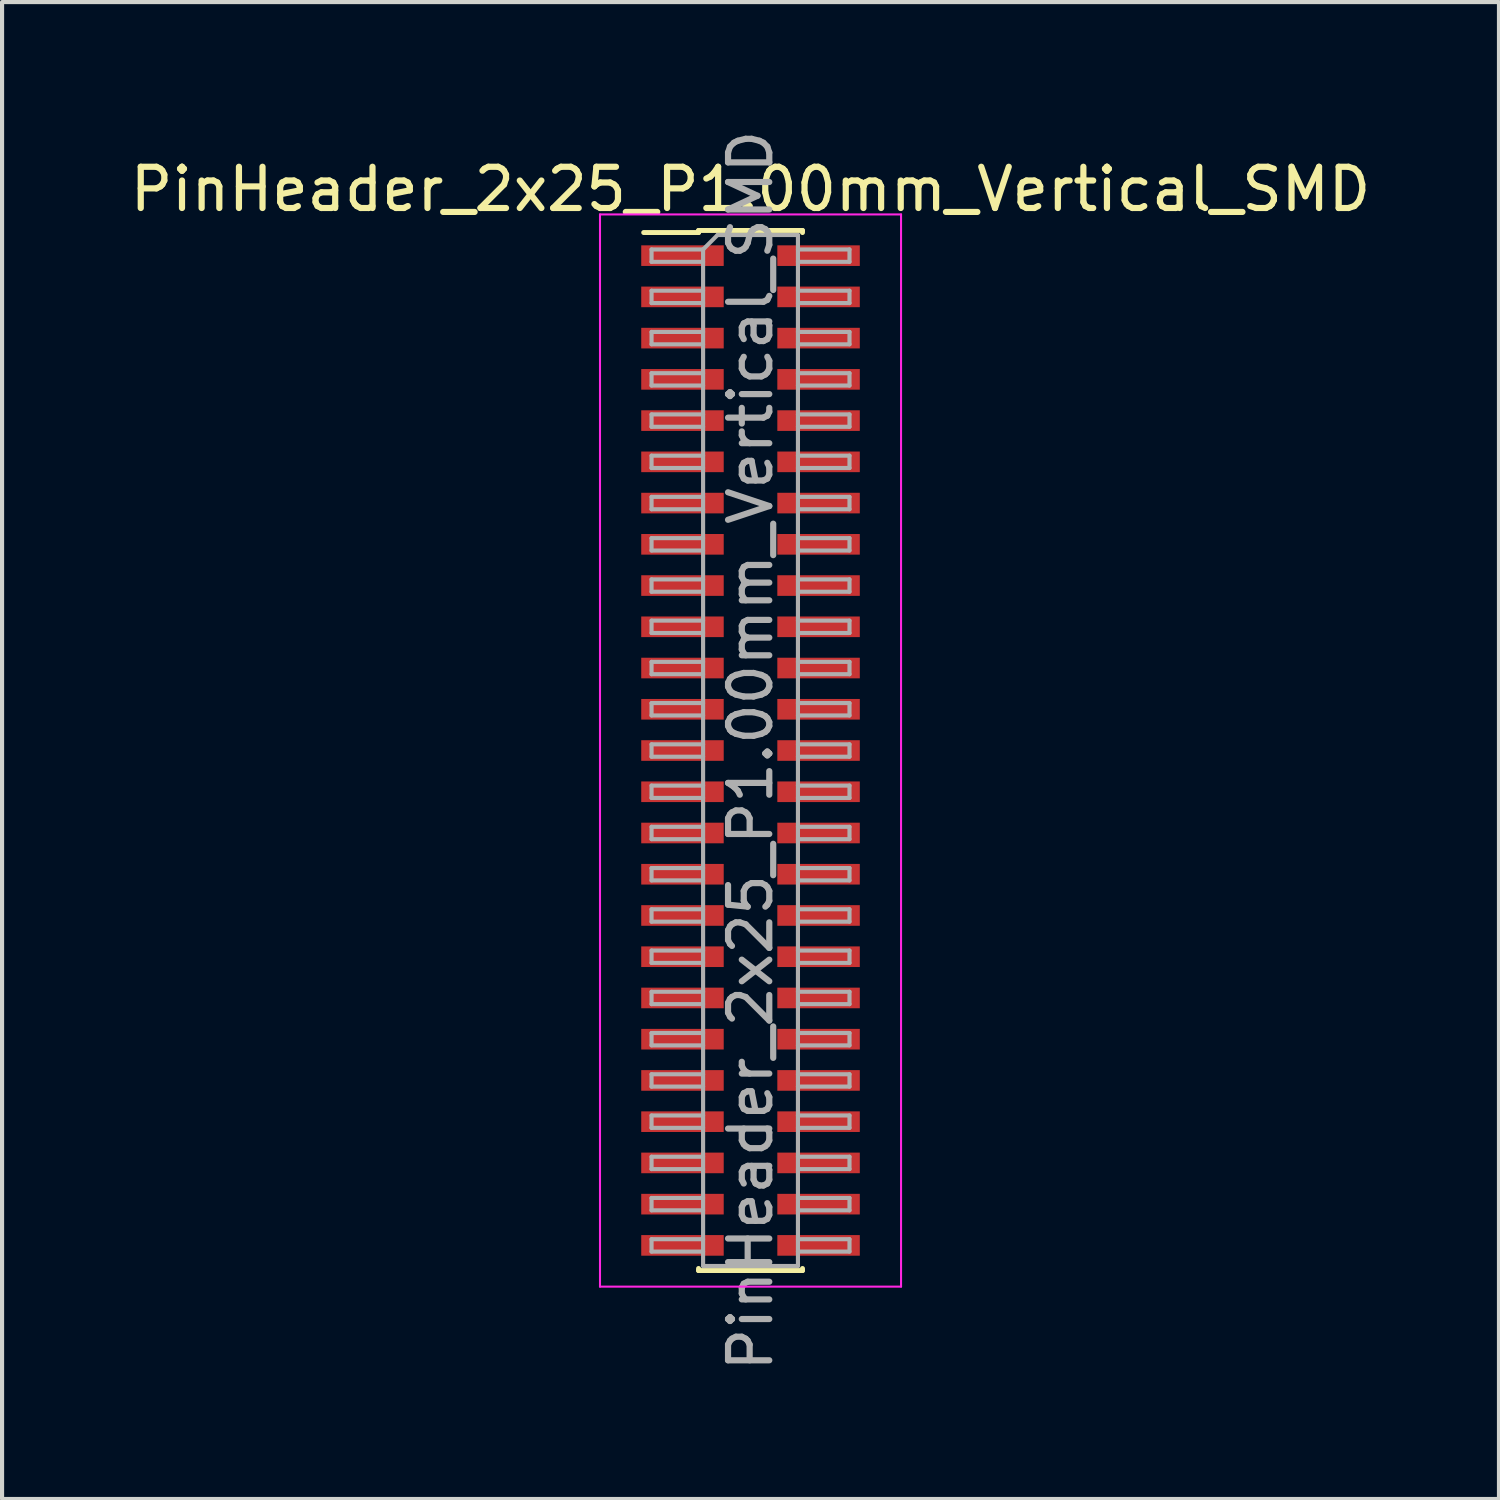
<source format=kicad_pcb>
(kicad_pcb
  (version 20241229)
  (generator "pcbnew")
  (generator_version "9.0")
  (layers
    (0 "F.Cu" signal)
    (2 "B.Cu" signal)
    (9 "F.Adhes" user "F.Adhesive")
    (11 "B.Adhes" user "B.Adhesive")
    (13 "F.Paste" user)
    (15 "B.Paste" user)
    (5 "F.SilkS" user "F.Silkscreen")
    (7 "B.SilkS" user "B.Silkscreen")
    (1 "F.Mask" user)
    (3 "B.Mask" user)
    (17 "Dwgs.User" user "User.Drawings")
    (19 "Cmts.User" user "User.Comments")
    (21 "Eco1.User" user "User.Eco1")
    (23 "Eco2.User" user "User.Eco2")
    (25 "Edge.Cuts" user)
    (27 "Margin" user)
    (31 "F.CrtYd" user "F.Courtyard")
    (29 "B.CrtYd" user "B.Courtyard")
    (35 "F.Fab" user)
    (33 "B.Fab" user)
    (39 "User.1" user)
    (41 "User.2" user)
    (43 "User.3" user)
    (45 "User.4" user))
  (footprint "PinHeader_2x25_P1.00mm_Vertical_SMD"
    (layer "F.Cu")
    (at 15.149 15.149)
    (property "Reference" "PinHeader_2x25_P1.00mm_Vertical_SMD" (at 0 -13.61 0) (layer "F.SilkS") (effects (font (size 1 1) (thickness 0.15))))
    (attr smd)
    (fp_line (start -2.59 -12.56) (end -1.26 -12.56) (stroke (width 0.12) (type solid)) (layer "F.SilkS"))
    (fp_line (start -1.26 -12.61) (end -1.26 -12.56) (stroke (width 0.12) (type solid)) (layer "F.SilkS"))
    (fp_line (start -1.26 -12.61) (end 1.26 -12.61) (stroke (width 0.12) (type solid)) (layer "F.SilkS"))
    (fp_line (start -1.26 12.56) (end -1.26 12.61) (stroke (width 0.12) (type solid)) (layer "F.SilkS"))
    (fp_line (start -1.26 12.61) (end 1.26 12.61) (stroke (width 0.12) (type solid)) (layer "F.SilkS"))
    (fp_line (start 1.26 -12.61) (end 1.26 -12.56) (stroke (width 0.12) (type solid)) (layer "F.SilkS"))
    (fp_line (start 1.26 12.56) (end 1.26 12.61) (stroke (width 0.12) (type solid)) (layer "F.SilkS"))
    (fp_line (start -3.65 -13) (end -3.65 13) (stroke (width 0.05) (type solid)) (layer "F.CrtYd"))
    (fp_line (start -3.65 13) (end 3.65 13) (stroke (width 0.05) (type solid)) (layer "F.CrtYd"))
    (fp_line (start 3.65 -13) (end -3.65 -13) (stroke (width 0.05) (type solid)) (layer "F.CrtYd"))
    (fp_line (start 3.65 13) (end 3.65 -13) (stroke (width 0.05) (type solid)) (layer "F.CrtYd"))
    (fp_line (start -2.4 -12.15) (end -2.4 -11.85) (stroke (width 0.1) (type solid)) (layer "F.Fab"))
    (fp_line (start -2.4 -11.85) (end -1.15 -11.85) (stroke (width 0.1) (type solid)) (layer "F.Fab"))
    (fp_line (start -2.4 -11.15) (end -2.4 -10.85) (stroke (width 0.1) (type solid)) (layer "F.Fab"))
    (fp_line (start -2.4 -10.85) (end -1.15 -10.85) (stroke (width 0.1) (type solid)) (layer "F.Fab"))
    (fp_line (start -2.4 -10.15) (end -2.4 -9.85) (stroke (width 0.1) (type solid)) (layer "F.Fab"))
    (fp_line (start -2.4 -9.85) (end -1.15 -9.85) (stroke (width 0.1) (type solid)) (layer "F.Fab"))
    (fp_line (start -2.4 -9.15) (end -2.4 -8.85) (stroke (width 0.1) (type solid)) (layer "F.Fab"))
    (fp_line (start -2.4 -8.85) (end -1.15 -8.85) (stroke (width 0.1) (type solid)) (layer "F.Fab"))
    (fp_line (start -2.4 -8.15) (end -2.4 -7.85) (stroke (width 0.1) (type solid)) (layer "F.Fab"))
    (fp_line (start -2.4 -7.85) (end -1.15 -7.85) (stroke (width 0.1) (type solid)) (layer "F.Fab"))
    (fp_line (start -2.4 -7.15) (end -2.4 -6.85) (stroke (width 0.1) (type solid)) (layer "F.Fab"))
    (fp_line (start -2.4 -6.85) (end -1.15 -6.85) (stroke (width 0.1) (type solid)) (layer "F.Fab"))
    (fp_line (start -2.4 -6.15) (end -2.4 -5.85) (stroke (width 0.1) (type solid)) (layer "F.Fab"))
    (fp_line (start -2.4 -5.85) (end -1.15 -5.85) (stroke (width 0.1) (type solid)) (layer "F.Fab"))
    (fp_line (start -2.4 -5.15) (end -2.4 -4.85) (stroke (width 0.1) (type solid)) (layer "F.Fab"))
    (fp_line (start -2.4 -4.85) (end -1.15 -4.85) (stroke (width 0.1) (type solid)) (layer "F.Fab"))
    (fp_line (start -2.4 -4.15) (end -2.4 -3.85) (stroke (width 0.1) (type solid)) (layer "F.Fab"))
    (fp_line (start -2.4 -3.85) (end -1.15 -3.85) (stroke (width 0.1) (type solid)) (layer "F.Fab"))
    (fp_line (start -2.4 -3.15) (end -2.4 -2.85) (stroke (width 0.1) (type solid)) (layer "F.Fab"))
    (fp_line (start -2.4 -2.85) (end -1.15 -2.85) (stroke (width 0.1) (type solid)) (layer "F.Fab"))
    (fp_line (start -2.4 -2.15) (end -2.4 -1.85) (stroke (width 0.1) (type solid)) (layer "F.Fab"))
    (fp_line (start -2.4 -1.85) (end -1.15 -1.85) (stroke (width 0.1) (type solid)) (layer "F.Fab"))
    (fp_line (start -2.4 -1.15) (end -2.4 -0.85) (stroke (width 0.1) (type solid)) (layer "F.Fab"))
    (fp_line (start -2.4 -0.85) (end -1.15 -0.85) (stroke (width 0.1) (type solid)) (layer "F.Fab"))
    (fp_line (start -2.4 -0.15) (end -2.4 0.15) (stroke (width 0.1) (type solid)) (layer "F.Fab"))
    (fp_line (start -2.4 0.15) (end -1.15 0.15) (stroke (width 0.1) (type solid)) (layer "F.Fab"))
    (fp_line (start -2.4 0.85) (end -2.4 1.15) (stroke (width 0.1) (type solid)) (layer "F.Fab"))
    (fp_line (start -2.4 1.15) (end -1.15 1.15) (stroke (width 0.1) (type solid)) (layer "F.Fab"))
    (fp_line (start -2.4 1.85) (end -2.4 2.15) (stroke (width 0.1) (type solid)) (layer "F.Fab"))
    (fp_line (start -2.4 2.15) (end -1.15 2.15) (stroke (width 0.1) (type solid)) (layer "F.Fab"))
    (fp_line (start -2.4 2.85) (end -2.4 3.15) (stroke (width 0.1) (type solid)) (layer "F.Fab"))
    (fp_line (start -2.4 3.15) (end -1.15 3.15) (stroke (width 0.1) (type solid)) (layer "F.Fab"))
    (fp_line (start -2.4 3.85) (end -2.4 4.15) (stroke (width 0.1) (type solid)) (layer "F.Fab"))
    (fp_line (start -2.4 4.15) (end -1.15 4.15) (stroke (width 0.1) (type solid)) (layer "F.Fab"))
    (fp_line (start -2.4 4.85) (end -2.4 5.15) (stroke (width 0.1) (type solid)) (layer "F.Fab"))
    (fp_line (start -2.4 5.15) (end -1.15 5.15) (stroke (width 0.1) (type solid)) (layer "F.Fab"))
    (fp_line (start -2.4 5.85) (end -2.4 6.15) (stroke (width 0.1) (type solid)) (layer "F.Fab"))
    (fp_line (start -2.4 6.15) (end -1.15 6.15) (stroke (width 0.1) (type solid)) (layer "F.Fab"))
    (fp_line (start -2.4 6.85) (end -2.4 7.15) (stroke (width 0.1) (type solid)) (layer "F.Fab"))
    (fp_line (start -2.4 7.15) (end -1.15 7.15) (stroke (width 0.1) (type solid)) (layer "F.Fab"))
    (fp_line (start -2.4 7.85) (end -2.4 8.15) (stroke (width 0.1) (type solid)) (layer "F.Fab"))
    (fp_line (start -2.4 8.15) (end -1.15 8.15) (stroke (width 0.1) (type solid)) (layer "F.Fab"))
    (fp_line (start -2.4 8.85) (end -2.4 9.15) (stroke (width 0.1) (type solid)) (layer "F.Fab"))
    (fp_line (start -2.4 9.15) (end -1.15 9.15) (stroke (width 0.1) (type solid)) (layer "F.Fab"))
    (fp_line (start -2.4 9.85) (end -2.4 10.15) (stroke (width 0.1) (type solid)) (layer "F.Fab"))
    (fp_line (start -2.4 10.15) (end -1.15 10.15) (stroke (width 0.1) (type solid)) (layer "F.Fab"))
    (fp_line (start -2.4 10.85) (end -2.4 11.15) (stroke (width 0.1) (type solid)) (layer "F.Fab"))
    (fp_line (start -2.4 11.15) (end -1.15 11.15) (stroke (width 0.1) (type solid)) (layer "F.Fab"))
    (fp_line (start -2.4 11.85) (end -2.4 12.15) (stroke (width 0.1) (type solid)) (layer "F.Fab"))
    (fp_line (start -2.4 12.15) (end -1.15 12.15) (stroke (width 0.1) (type solid)) (layer "F.Fab"))
    (fp_line (start -1.15 -12.15) (end -2.4 -12.15) (stroke (width 0.1) (type solid)) (layer "F.Fab"))
    (fp_line (start -1.15 -12.15) (end -0.8 -12.5) (stroke (width 0.1) (type solid)) (layer "F.Fab"))
    (fp_line (start -1.15 -11.15) (end -2.4 -11.15) (stroke (width 0.1) (type solid)) (layer "F.Fab"))
    (fp_line (start -1.15 -10.15) (end -2.4 -10.15) (stroke (width 0.1) (type solid)) (layer "F.Fab"))
    (fp_line (start -1.15 -9.15) (end -2.4 -9.15) (stroke (width 0.1) (type solid)) (layer "F.Fab"))
    (fp_line (start -1.15 -8.15) (end -2.4 -8.15) (stroke (width 0.1) (type solid)) (layer "F.Fab"))
    (fp_line (start -1.15 -7.15) (end -2.4 -7.15) (stroke (width 0.1) (type solid)) (layer "F.Fab"))
    (fp_line (start -1.15 -6.15) (end -2.4 -6.15) (stroke (width 0.1) (type solid)) (layer "F.Fab"))
    (fp_line (start -1.15 -5.15) (end -2.4 -5.15) (stroke (width 0.1) (type solid)) (layer "F.Fab"))
    (fp_line (start -1.15 -4.15) (end -2.4 -4.15) (stroke (width 0.1) (type solid)) (layer "F.Fab"))
    (fp_line (start -1.15 -3.15) (end -2.4 -3.15) (stroke (width 0.1) (type solid)) (layer "F.Fab"))
    (fp_line (start -1.15 -2.15) (end -2.4 -2.15) (stroke (width 0.1) (type solid)) (layer "F.Fab"))
    (fp_line (start -1.15 -1.15) (end -2.4 -1.15) (stroke (width 0.1) (type solid)) (layer "F.Fab"))
    (fp_line (start -1.15 -0.15) (end -2.4 -0.15) (stroke (width 0.1) (type solid)) (layer "F.Fab"))
    (fp_line (start -1.15 0.85) (end -2.4 0.85) (stroke (width 0.1) (type solid)) (layer "F.Fab"))
    (fp_line (start -1.15 1.85) (end -2.4 1.85) (stroke (width 0.1) (type solid)) (layer "F.Fab"))
    (fp_line (start -1.15 2.85) (end -2.4 2.85) (stroke (width 0.1) (type solid)) (layer "F.Fab"))
    (fp_line (start -1.15 3.85) (end -2.4 3.85) (stroke (width 0.1) (type solid)) (layer "F.Fab"))
    (fp_line (start -1.15 4.85) (end -2.4 4.85) (stroke (width 0.1) (type solid)) (layer "F.Fab"))
    (fp_line (start -1.15 5.85) (end -2.4 5.85) (stroke (width 0.1) (type solid)) (layer "F.Fab"))
    (fp_line (start -1.15 6.85) (end -2.4 6.85) (stroke (width 0.1) (type solid)) (layer "F.Fab"))
    (fp_line (start -1.15 7.85) (end -2.4 7.85) (stroke (width 0.1) (type solid)) (layer "F.Fab"))
    (fp_line (start -1.15 8.85) (end -2.4 8.85) (stroke (width 0.1) (type solid)) (layer "F.Fab"))
    (fp_line (start -1.15 9.85) (end -2.4 9.85) (stroke (width 0.1) (type solid)) (layer "F.Fab"))
    (fp_line (start -1.15 10.85) (end -2.4 10.85) (stroke (width 0.1) (type solid)) (layer "F.Fab"))
    (fp_line (start -1.15 11.85) (end -2.4 11.85) (stroke (width 0.1) (type solid)) (layer "F.Fab"))
    (fp_line (start -1.15 12.5) (end -1.15 -12.15) (stroke (width 0.1) (type solid)) (layer "F.Fab"))
    (fp_line (start -0.8 -12.5) (end 1.15 -12.5) (stroke (width 0.1) (type solid)) (layer "F.Fab"))
    (fp_line (start 1.15 -12.5) (end 1.15 12.5) (stroke (width 0.1) (type solid)) (layer "F.Fab"))
    (fp_line (start 1.15 -12.15) (end 2.4 -12.15) (stroke (width 0.1) (type solid)) (layer "F.Fab"))
    (fp_line (start 1.15 -11.15) (end 2.4 -11.15) (stroke (width 0.1) (type solid)) (layer "F.Fab"))
    (fp_line (start 1.15 -10.15) (end 2.4 -10.15) (stroke (width 0.1) (type solid)) (layer "F.Fab"))
    (fp_line (start 1.15 -9.15) (end 2.4 -9.15) (stroke (width 0.1) (type solid)) (layer "F.Fab"))
    (fp_line (start 1.15 -8.15) (end 2.4 -8.15) (stroke (width 0.1) (type solid)) (layer "F.Fab"))
    (fp_line (start 1.15 -7.15) (end 2.4 -7.15) (stroke (width 0.1) (type solid)) (layer "F.Fab"))
    (fp_line (start 1.15 -6.15) (end 2.4 -6.15) (stroke (width 0.1) (type solid)) (layer "F.Fab"))
    (fp_line (start 1.15 -5.15) (end 2.4 -5.15) (stroke (width 0.1) (type solid)) (layer "F.Fab"))
    (fp_line (start 1.15 -4.15) (end 2.4 -4.15) (stroke (width 0.1) (type solid)) (layer "F.Fab"))
    (fp_line (start 1.15 -3.15) (end 2.4 -3.15) (stroke (width 0.1) (type solid)) (layer "F.Fab"))
    (fp_line (start 1.15 -2.15) (end 2.4 -2.15) (stroke (width 0.1) (type solid)) (layer "F.Fab"))
    (fp_line (start 1.15 -1.15) (end 2.4 -1.15) (stroke (width 0.1) (type solid)) (layer "F.Fab"))
    (fp_line (start 1.15 -0.15) (end 2.4 -0.15) (stroke (width 0.1) (type solid)) (layer "F.Fab"))
    (fp_line (start 1.15 0.85) (end 2.4 0.85) (stroke (width 0.1) (type solid)) (layer "F.Fab"))
    (fp_line (start 1.15 1.85) (end 2.4 1.85) (stroke (width 0.1) (type solid)) (layer "F.Fab"))
    (fp_line (start 1.15 2.85) (end 2.4 2.85) (stroke (width 0.1) (type solid)) (layer "F.Fab"))
    (fp_line (start 1.15 3.85) (end 2.4 3.85) (stroke (width 0.1) (type solid)) (layer "F.Fab"))
    (fp_line (start 1.15 4.85) (end 2.4 4.85) (stroke (width 0.1) (type solid)) (layer "F.Fab"))
    (fp_line (start 1.15 5.85) (end 2.4 5.85) (stroke (width 0.1) (type solid)) (layer "F.Fab"))
    (fp_line (start 1.15 6.85) (end 2.4 6.85) (stroke (width 0.1) (type solid)) (layer "F.Fab"))
    (fp_line (start 1.15 7.85) (end 2.4 7.85) (stroke (width 0.1) (type solid)) (layer "F.Fab"))
    (fp_line (start 1.15 8.85) (end 2.4 8.85) (stroke (width 0.1) (type solid)) (layer "F.Fab"))
    (fp_line (start 1.15 9.85) (end 2.4 9.85) (stroke (width 0.1) (type solid)) (layer "F.Fab"))
    (fp_line (start 1.15 10.85) (end 2.4 10.85) (stroke (width 0.1) (type solid)) (layer "F.Fab"))
    (fp_line (start 1.15 11.85) (end 2.4 11.85) (stroke (width 0.1) (type solid)) (layer "F.Fab"))
    (fp_line (start 1.15 12.5) (end -1.15 12.5) (stroke (width 0.1) (type solid)) (layer "F.Fab"))
    (fp_line (start 2.4 -12.15) (end 2.4 -11.85) (stroke (width 0.1) (type solid)) (layer "F.Fab"))
    (fp_line (start 2.4 -11.85) (end 1.15 -11.85) (stroke (width 0.1) (type solid)) (layer "F.Fab"))
    (fp_line (start 2.4 -11.15) (end 2.4 -10.85) (stroke (width 0.1) (type solid)) (layer "F.Fab"))
    (fp_line (start 2.4 -10.85) (end 1.15 -10.85) (stroke (width 0.1) (type solid)) (layer "F.Fab"))
    (fp_line (start 2.4 -10.15) (end 2.4 -9.85) (stroke (width 0.1) (type solid)) (layer "F.Fab"))
    (fp_line (start 2.4 -9.85) (end 1.15 -9.85) (stroke (width 0.1) (type solid)) (layer "F.Fab"))
    (fp_line (start 2.4 -9.15) (end 2.4 -8.85) (stroke (width 0.1) (type solid)) (layer "F.Fab"))
    (fp_line (start 2.4 -8.85) (end 1.15 -8.85) (stroke (width 0.1) (type solid)) (layer "F.Fab"))
    (fp_line (start 2.4 -8.15) (end 2.4 -7.85) (stroke (width 0.1) (type solid)) (layer "F.Fab"))
    (fp_line (start 2.4 -7.85) (end 1.15 -7.85) (stroke (width 0.1) (type solid)) (layer "F.Fab"))
    (fp_line (start 2.4 -7.15) (end 2.4 -6.85) (stroke (width 0.1) (type solid)) (layer "F.Fab"))
    (fp_line (start 2.4 -6.85) (end 1.15 -6.85) (stroke (width 0.1) (type solid)) (layer "F.Fab"))
    (fp_line (start 2.4 -6.15) (end 2.4 -5.85) (stroke (width 0.1) (type solid)) (layer "F.Fab"))
    (fp_line (start 2.4 -5.85) (end 1.15 -5.85) (stroke (width 0.1) (type solid)) (layer "F.Fab"))
    (fp_line (start 2.4 -5.15) (end 2.4 -4.85) (stroke (width 0.1) (type solid)) (layer "F.Fab"))
    (fp_line (start 2.4 -4.85) (end 1.15 -4.85) (stroke (width 0.1) (type solid)) (layer "F.Fab"))
    (fp_line (start 2.4 -4.15) (end 2.4 -3.85) (stroke (width 0.1) (type solid)) (layer "F.Fab"))
    (fp_line (start 2.4 -3.85) (end 1.15 -3.85) (stroke (width 0.1) (type solid)) (layer "F.Fab"))
    (fp_line (start 2.4 -3.15) (end 2.4 -2.85) (stroke (width 0.1) (type solid)) (layer "F.Fab"))
    (fp_line (start 2.4 -2.85) (end 1.15 -2.85) (stroke (width 0.1) (type solid)) (layer "F.Fab"))
    (fp_line (start 2.4 -2.15) (end 2.4 -1.85) (stroke (width 0.1) (type solid)) (layer "F.Fab"))
    (fp_line (start 2.4 -1.85) (end 1.15 -1.85) (stroke (width 0.1) (type solid)) (layer "F.Fab"))
    (fp_line (start 2.4 -1.15) (end 2.4 -0.85) (stroke (width 0.1) (type solid)) (layer "F.Fab"))
    (fp_line (start 2.4 -0.85) (end 1.15 -0.85) (stroke (width 0.1) (type solid)) (layer "F.Fab"))
    (fp_line (start 2.4 -0.15) (end 2.4 0.15) (stroke (width 0.1) (type solid)) (layer "F.Fab"))
    (fp_line (start 2.4 0.15) (end 1.15 0.15) (stroke (width 0.1) (type solid)) (layer "F.Fab"))
    (fp_line (start 2.4 0.85) (end 2.4 1.15) (stroke (width 0.1) (type solid)) (layer "F.Fab"))
    (fp_line (start 2.4 1.15) (end 1.15 1.15) (stroke (width 0.1) (type solid)) (layer "F.Fab"))
    (fp_line (start 2.4 1.85) (end 2.4 2.15) (stroke (width 0.1) (type solid)) (layer "F.Fab"))
    (fp_line (start 2.4 2.15) (end 1.15 2.15) (stroke (width 0.1) (type solid)) (layer "F.Fab"))
    (fp_line (start 2.4 2.85) (end 2.4 3.15) (stroke (width 0.1) (type solid)) (layer "F.Fab"))
    (fp_line (start 2.4 3.15) (end 1.15 3.15) (stroke (width 0.1) (type solid)) (layer "F.Fab"))
    (fp_line (start 2.4 3.85) (end 2.4 4.15) (stroke (width 0.1) (type solid)) (layer "F.Fab"))
    (fp_line (start 2.4 4.15) (end 1.15 4.15) (stroke (width 0.1) (type solid)) (layer "F.Fab"))
    (fp_line (start 2.4 4.85) (end 2.4 5.15) (stroke (width 0.1) (type solid)) (layer "F.Fab"))
    (fp_line (start 2.4 5.15) (end 1.15 5.15) (stroke (width 0.1) (type solid)) (layer "F.Fab"))
    (fp_line (start 2.4 5.85) (end 2.4 6.15) (stroke (width 0.1) (type solid)) (layer "F.Fab"))
    (fp_line (start 2.4 6.15) (end 1.15 6.15) (stroke (width 0.1) (type solid)) (layer "F.Fab"))
    (fp_line (start 2.4 6.85) (end 2.4 7.15) (stroke (width 0.1) (type solid)) (layer "F.Fab"))
    (fp_line (start 2.4 7.15) (end 1.15 7.15) (stroke (width 0.1) (type solid)) (layer "F.Fab"))
    (fp_line (start 2.4 7.85) (end 2.4 8.15) (stroke (width 0.1) (type solid)) (layer "F.Fab"))
    (fp_line (start 2.4 8.15) (end 1.15 8.15) (stroke (width 0.1) (type solid)) (layer "F.Fab"))
    (fp_line (start 2.4 8.85) (end 2.4 9.15) (stroke (width 0.1) (type solid)) (layer "F.Fab"))
    (fp_line (start 2.4 9.15) (end 1.15 9.15) (stroke (width 0.1) (type solid)) (layer "F.Fab"))
    (fp_line (start 2.4 9.85) (end 2.4 10.15) (stroke (width 0.1) (type solid)) (layer "F.Fab"))
    (fp_line (start 2.4 10.15) (end 1.15 10.15) (stroke (width 0.1) (type solid)) (layer "F.Fab"))
    (fp_line (start 2.4 10.85) (end 2.4 11.15) (stroke (width 0.1) (type solid)) (layer "F.Fab"))
    (fp_line (start 2.4 11.15) (end 1.15 11.15) (stroke (width 0.1) (type solid)) (layer "F.Fab"))
    (fp_line (start 2.4 11.85) (end 2.4 12.15) (stroke (width 0.1) (type solid)) (layer "F.Fab"))
    (fp_line (start 2.4 12.15) (end 1.15 12.15) (stroke (width 0.1) (type solid)) (layer "F.Fab"))
    (fp_text user "${REFERENCE}" (at 0 0 90) (layer "F.Fab") (effects (font (size 1 1) (thickness 0.15))))
    (pad "1" smd rect (at -1.65 -12) (size 2 0.5) (layers "F.Cu" "F.Mask" "F.Paste"))
    (pad "2" smd rect (at 1.65 -12) (size 2 0.5) (layers "F.Cu" "F.Mask" "F.Paste"))
    (pad "3" smd rect (at -1.65 -11) (size 2 0.5) (layers "F.Cu" "F.Mask" "F.Paste"))
    (pad "4" smd rect (at 1.65 -11) (size 2 0.5) (layers "F.Cu" "F.Mask" "F.Paste"))
    (pad "5" smd rect (at -1.65 -10) (size 2 0.5) (layers "F.Cu" "F.Mask" "F.Paste"))
    (pad "6" smd rect (at 1.65 -10) (size 2 0.5) (layers "F.Cu" "F.Mask" "F.Paste"))
    (pad "7" smd rect (at -1.65 -9) (size 2 0.5) (layers "F.Cu" "F.Mask" "F.Paste"))
    (pad "8" smd rect (at 1.65 -9) (size 2 0.5) (layers "F.Cu" "F.Mask" "F.Paste"))
    (pad "9" smd rect (at -1.65 -8) (size 2 0.5) (layers "F.Cu" "F.Mask" "F.Paste"))
    (pad "10" smd rect (at 1.65 -8) (size 2 0.5) (layers "F.Cu" "F.Mask" "F.Paste"))
    (pad "11" smd rect (at -1.65 -7) (size 2 0.5) (layers "F.Cu" "F.Mask" "F.Paste"))
    (pad "12" smd rect (at 1.65 -7) (size 2 0.5) (layers "F.Cu" "F.Mask" "F.Paste"))
    (pad "13" smd rect (at -1.65 -6) (size 2 0.5) (layers "F.Cu" "F.Mask" "F.Paste"))
    (pad "14" smd rect (at 1.65 -6) (size 2 0.5) (layers "F.Cu" "F.Mask" "F.Paste"))
    (pad "15" smd rect (at -1.65 -5) (size 2 0.5) (layers "F.Cu" "F.Mask" "F.Paste"))
    (pad "16" smd rect (at 1.65 -5) (size 2 0.5) (layers "F.Cu" "F.Mask" "F.Paste"))
    (pad "17" smd rect (at -1.65 -4) (size 2 0.5) (layers "F.Cu" "F.Mask" "F.Paste"))
    (pad "18" smd rect (at 1.65 -4) (size 2 0.5) (layers "F.Cu" "F.Mask" "F.Paste"))
    (pad "19" smd rect (at -1.65 -3) (size 2 0.5) (layers "F.Cu" "F.Mask" "F.Paste"))
    (pad "20" smd rect (at 1.65 -3) (size 2 0.5) (layers "F.Cu" "F.Mask" "F.Paste"))
    (pad "21" smd rect (at -1.65 -2) (size 2 0.5) (layers "F.Cu" "F.Mask" "F.Paste"))
    (pad "22" smd rect (at 1.65 -2) (size 2 0.5) (layers "F.Cu" "F.Mask" "F.Paste"))
    (pad "23" smd rect (at -1.65 -1) (size 2 0.5) (layers "F.Cu" "F.Mask" "F.Paste"))
    (pad "24" smd rect (at 1.65 -1) (size 2 0.5) (layers "F.Cu" "F.Mask" "F.Paste"))
    (pad "25" smd rect (at -1.65 0) (size 2 0.5) (layers "F.Cu" "F.Mask" "F.Paste"))
    (pad "26" smd rect (at 1.65 0) (size 2 0.5) (layers "F.Cu" "F.Mask" "F.Paste"))
    (pad "27" smd rect (at -1.65 1) (size 2 0.5) (layers "F.Cu" "F.Mask" "F.Paste"))
    (pad "28" smd rect (at 1.65 1) (size 2 0.5) (layers "F.Cu" "F.Mask" "F.Paste"))
    (pad "29" smd rect (at -1.65 2) (size 2 0.5) (layers "F.Cu" "F.Mask" "F.Paste"))
    (pad "30" smd rect (at 1.65 2) (size 2 0.5) (layers "F.Cu" "F.Mask" "F.Paste"))
    (pad "31" smd rect (at -1.65 3) (size 2 0.5) (layers "F.Cu" "F.Mask" "F.Paste"))
    (pad "32" smd rect (at 1.65 3) (size 2 0.5) (layers "F.Cu" "F.Mask" "F.Paste"))
    (pad "33" smd rect (at -1.65 4) (size 2 0.5) (layers "F.Cu" "F.Mask" "F.Paste"))
    (pad "34" smd rect (at 1.65 4) (size 2 0.5) (layers "F.Cu" "F.Mask" "F.Paste"))
    (pad "35" smd rect (at -1.65 5) (size 2 0.5) (layers "F.Cu" "F.Mask" "F.Paste"))
    (pad "36" smd rect (at 1.65 5) (size 2 0.5) (layers "F.Cu" "F.Mask" "F.Paste"))
    (pad "37" smd rect (at -1.65 6) (size 2 0.5) (layers "F.Cu" "F.Mask" "F.Paste"))
    (pad "38" smd rect (at 1.65 6) (size 2 0.5) (layers "F.Cu" "F.Mask" "F.Paste"))
    (pad "39" smd rect (at -1.65 7) (size 2 0.5) (layers "F.Cu" "F.Mask" "F.Paste"))
    (pad "40" smd rect (at 1.65 7) (size 2 0.5) (layers "F.Cu" "F.Mask" "F.Paste"))
    (pad "41" smd rect (at -1.65 8) (size 2 0.5) (layers "F.Cu" "F.Mask" "F.Paste"))
    (pad "42" smd rect (at 1.65 8) (size 2 0.5) (layers "F.Cu" "F.Mask" "F.Paste"))
    (pad "43" smd rect (at -1.65 9) (size 2 0.5) (layers "F.Cu" "F.Mask" "F.Paste"))
    (pad "44" smd rect (at 1.65 9) (size 2 0.5) (layers "F.Cu" "F.Mask" "F.Paste"))
    (pad "45" smd rect (at -1.65 10) (size 2 0.5) (layers "F.Cu" "F.Mask" "F.Paste"))
    (pad "46" smd rect (at 1.65 10) (size 2 0.5) (layers "F.Cu" "F.Mask" "F.Paste"))
    (pad "47" smd rect (at -1.65 11) (size 2 0.5) (layers "F.Cu" "F.Mask" "F.Paste"))
    (pad "48" smd rect (at 1.65 11) (size 2 0.5) (layers "F.Cu" "F.Mask" "F.Paste"))
    (pad "49" smd rect (at -1.65 12) (size 2 0.5) (layers "F.Cu" "F.Mask" "F.Paste"))
    (pad "50" smd rect (at 1.65 12) (size 2 0.5) (layers "F.Cu" "F.Mask" "F.Paste")))
  (gr_rect
    (start -3 -3)
    (end 33.298 33.298)
    (stroke (width 0.1) (type default))
    (fill no)
    (layer "Edge.Cuts")))
</source>
